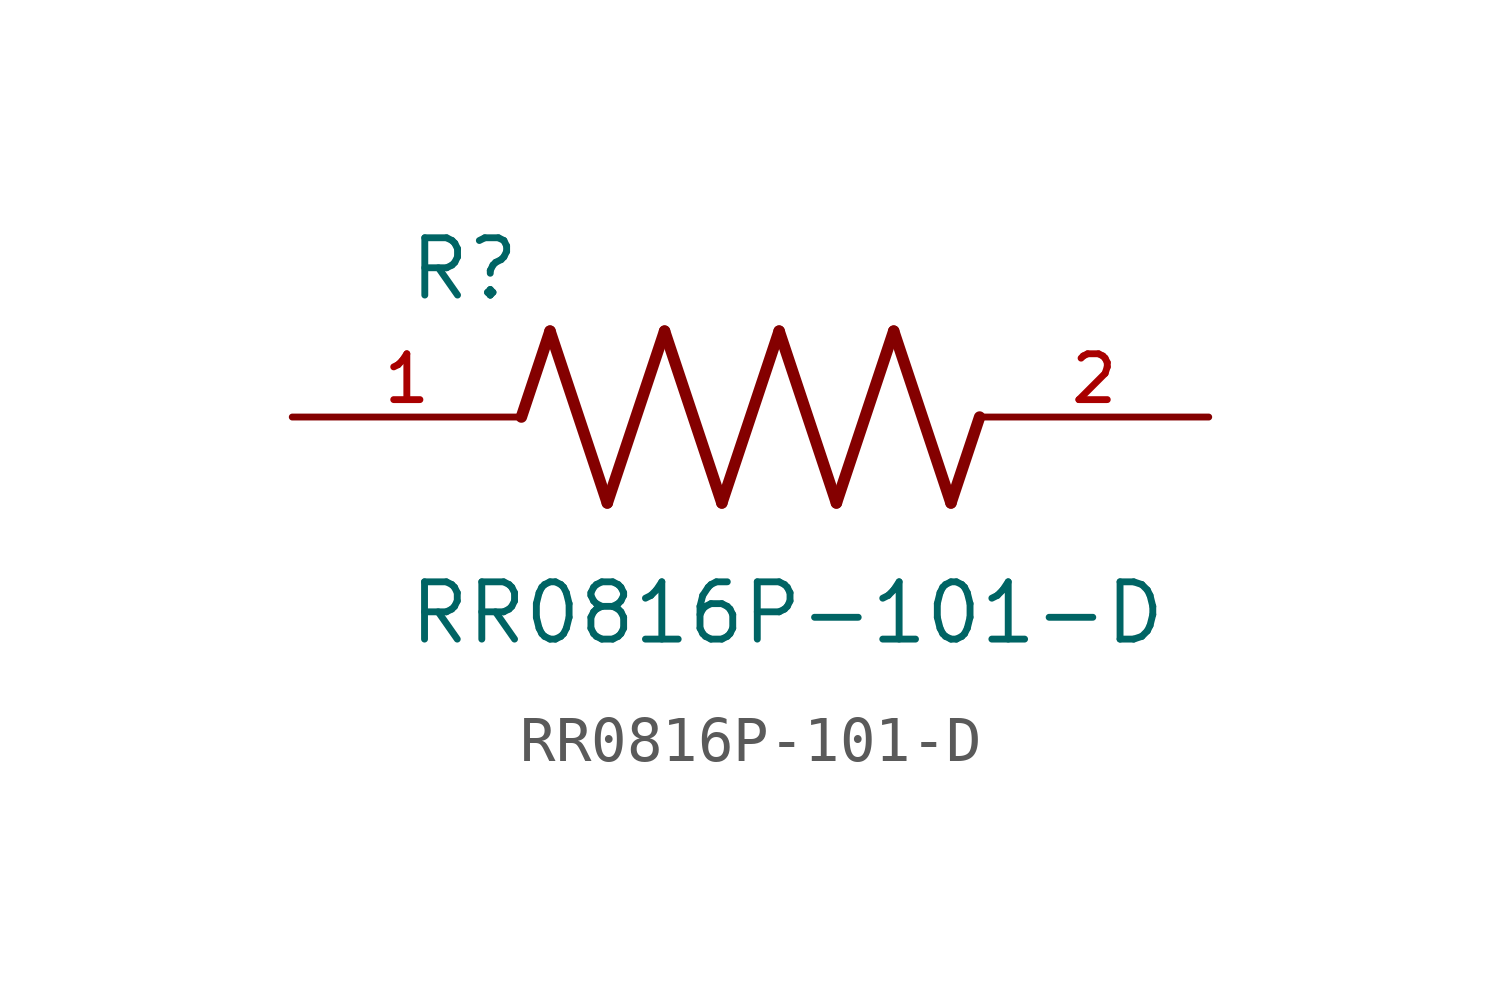
<source format=kicad_sym>
(kicad_symbol_lib
  (version 20211014)
  (generator kicad_symbol_editor)
  (symbol "RR0816P-101-D"
    (pin_names
      (offset 1.016))
    (property "Reference" "R"
      (at -7.624 2.541 0)
      (effects (font (size 1.27 1.27)) (justify bottom left)))
    (property "Value" "RR0816P-101-D"
      (at -7.63 -5.087 0)
      (effects (font (size 1.27 1.27)) (justify bottom left)))
    (symbol "RR0816P-101-D_0_0"
      (polyline (pts (xy -5.08 0.0) (xy -4.445 1.905)) (stroke (width 0.254)))
      (polyline (pts (xy -4.445 1.905) (xy -3.175 -1.905)) (stroke (width 0.254)))
      (polyline (pts (xy -3.175 -1.905) (xy -1.905 1.905)) (stroke (width 0.254)))
      (polyline (pts (xy -1.905 1.905) (xy -0.635 -1.905)) (stroke (width 0.254)))
      (polyline (pts (xy -0.635 -1.905) (xy 0.635 1.905)) (stroke (width 0.254)))
      (polyline (pts (xy 0.635 1.905) (xy 1.905 -1.905)) (stroke (width 0.254)))
      (polyline (pts (xy 1.905 -1.905) (xy 3.175 1.905)) (stroke (width 0.254)))
      (polyline (pts (xy 3.175 1.905) (xy 4.445 -1.905)) (stroke (width 0.254)))
      (polyline (pts (xy 4.445 -1.905) (xy 5.08 0.0)) (stroke (width 0.254)))
      (pin passive line (at -10.16 0.0 0) (length 5.08) (name "~" (effects (font (size 1.016 1.016)))) (number "1" (effects (font (size 1.016 1.016)))))
      (pin passive line (at 10.16 0.0 180.0) (length 5.08) (name "~" (effects (font (size 1.016 1.016)))) (number "2" (effects (font (size 1.016 1.016))))))))
</source>
